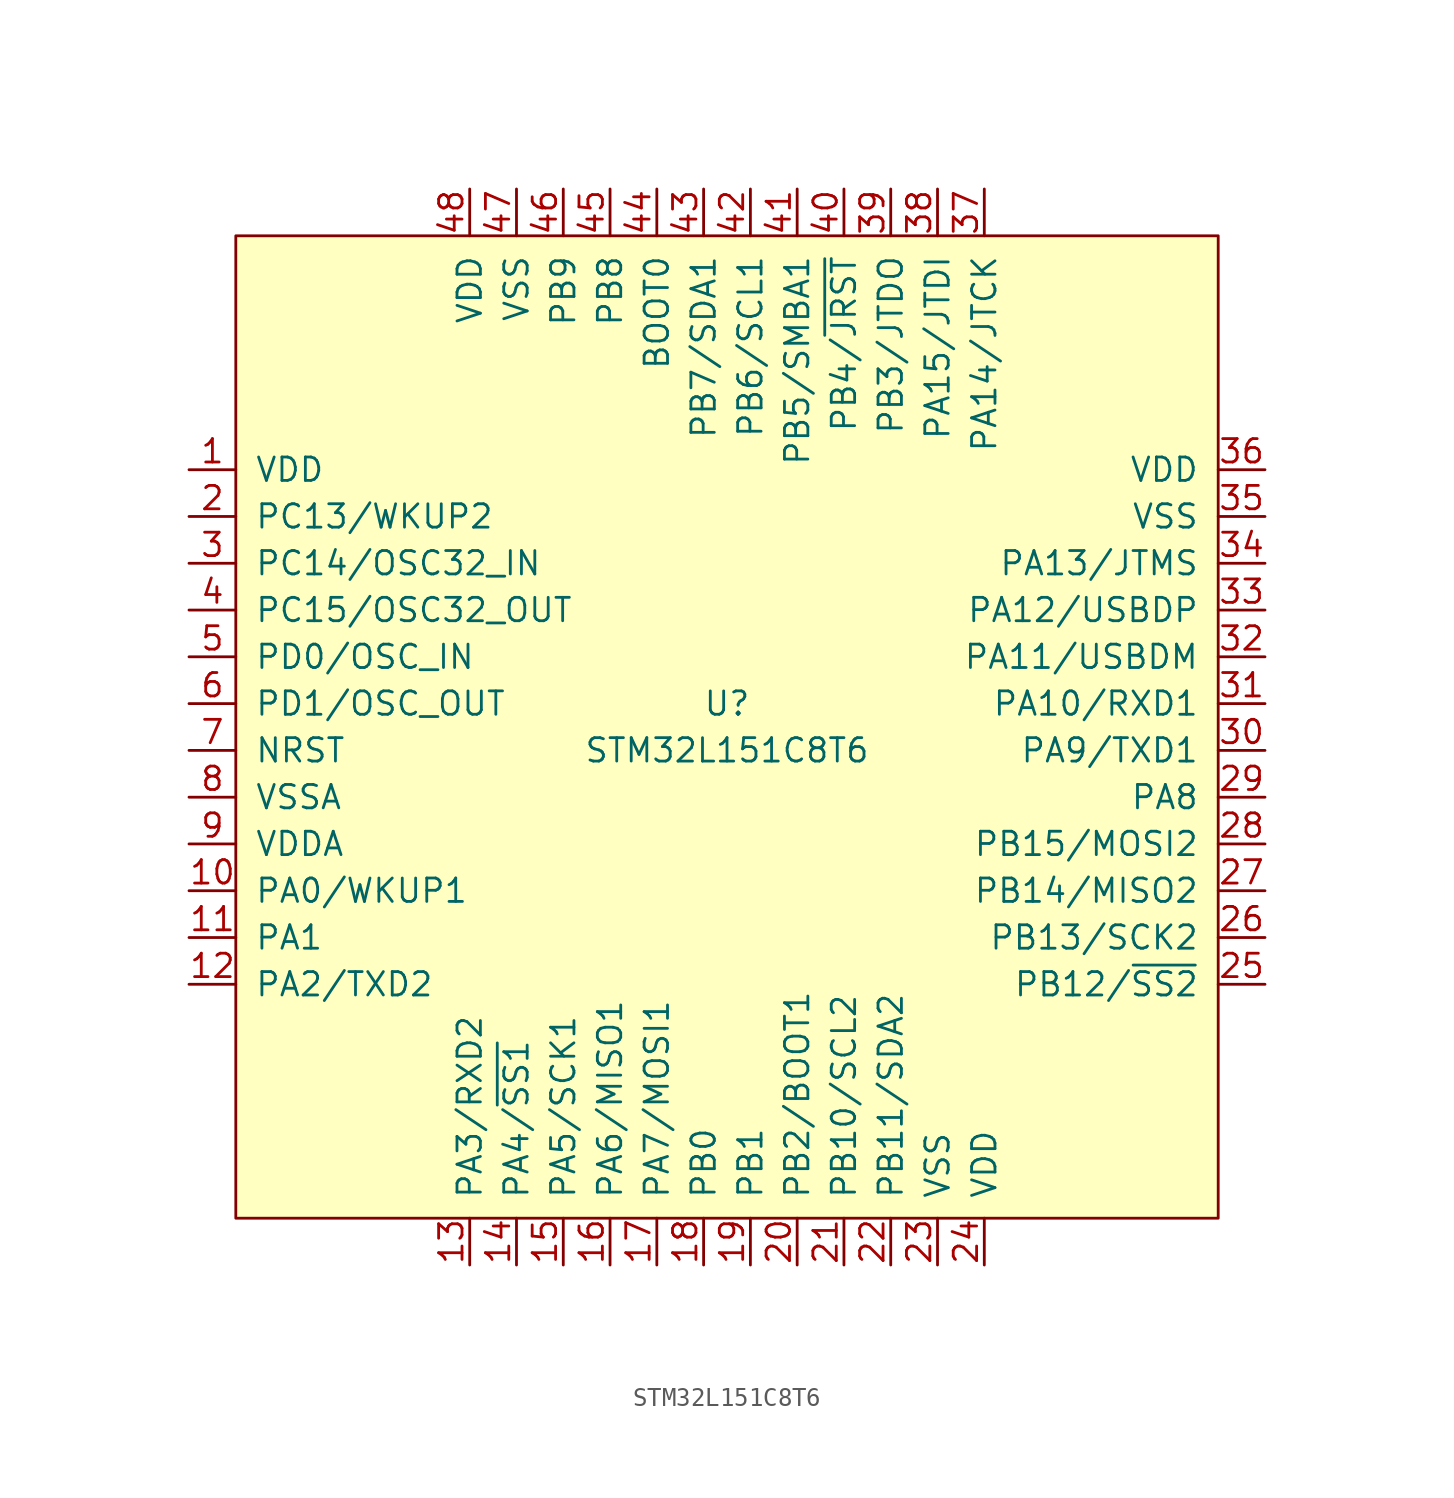
<source format=kicad_sym>
(kicad_symbol_lib
  (version 20211014)
  (generator kicad_symbol_editor)
  (symbol "STM32L151C8T6"
    (pin_names
      (offset 1.016))
    (property "Reference" "U"
      (at 0 1.27 0)
      (effects (font (size 1.27 1.27))))
    (property "Value" "STM32L151C8T6"
      (at 0 -1.27 0)
      (effects (font (size 1.27 1.27))))
    (symbol "STM32L151C8T6_0_1"
      (rectangle (start -26.67 -26.67) (end 26.67 26.67) (stroke (width 0) (type default) (color 0 0 0 0)) (fill (type background))))
    (symbol "STM32L151C8T6_1_1"
      (pin power_in line (at -29.21 13.97 0) (length 2.54) (name "VDD" (effects (font (size 1.27 1.27)))) (number "1" (effects (font (size 1.27 1.27)))))
      (pin bidirectional line (at -29.21 -8.89 0) (length 2.54) (name "PA0/WKUP1" (effects (font (size 1.27 1.27)))) (number "10" (effects (font (size 1.27 1.27)))))
      (pin bidirectional line (at -29.21 -11.43 0) (length 2.54) (name "PA1" (effects (font (size 1.27 1.27)))) (number "11" (effects (font (size 1.27 1.27)))))
      (pin bidirectional line (at -29.21 -13.97 0) (length 2.54) (name "PA2/TXD2" (effects (font (size 1.27 1.27)))) (number "12" (effects (font (size 1.27 1.27)))))
      (pin bidirectional line (at -13.97 -29.21 90) (length 2.54) (name "PA3/RXD2" (effects (font (size 1.27 1.27)))) (number "13" (effects (font (size 1.27 1.27)))))
      (pin bidirectional line (at -11.43 -29.21 90) (length 2.54) (name "PA4/~{SS1}" (effects (font (size 1.27 1.27)))) (number "14" (effects (font (size 1.27 1.27)))))
      (pin bidirectional line (at -8.89 -29.21 90) (length 2.54) (name "PA5/SCK1" (effects (font (size 1.27 1.27)))) (number "15" (effects (font (size 1.27 1.27)))))
      (pin bidirectional line (at -6.35 -29.21 90) (length 2.54) (name "PA6/MISO1" (effects (font (size 1.27 1.27)))) (number "16" (effects (font (size 1.27 1.27)))))
      (pin bidirectional line (at -3.81 -29.21 90) (length 2.54) (name "PA7/MOSI1" (effects (font (size 1.27 1.27)))) (number "17" (effects (font (size 1.27 1.27)))))
      (pin bidirectional line (at -1.27 -29.21 90) (length 2.54) (name "PB0" (effects (font (size 1.27 1.27)))) (number "18" (effects (font (size 1.27 1.27)))))
      (pin bidirectional line (at 1.27 -29.21 90) (length 2.54) (name "PB1" (effects (font (size 1.27 1.27)))) (number "19" (effects (font (size 1.27 1.27)))))
      (pin bidirectional line (at -29.21 11.43 0) (length 2.54) (name "PC13/WKUP2" (effects (font (size 1.27 1.27)))) (number "2" (effects (font (size 1.27 1.27)))))
      (pin bidirectional line (at 3.81 -29.21 90) (length 2.54) (name "PB2/BOOT1" (effects (font (size 1.27 1.27)))) (number "20" (effects (font (size 1.27 1.27)))))
      (pin bidirectional line (at 6.35 -29.21 90) (length 2.54) (name "PB10/SCL2" (effects (font (size 1.27 1.27)))) (number "21" (effects (font (size 1.27 1.27)))))
      (pin bidirectional line (at 8.89 -29.21 90) (length 2.54) (name "PB11/SDA2" (effects (font (size 1.27 1.27)))) (number "22" (effects (font (size 1.27 1.27)))))
      (pin power_in line (at 11.43 -29.21 90) (length 2.54) (name "VSS" (effects (font (size 1.27 1.27)))) (number "23" (effects (font (size 1.27 1.27)))))
      (pin power_in line (at 13.97 -29.21 90) (length 2.54) (name "VDD" (effects (font (size 1.27 1.27)))) (number "24" (effects (font (size 1.27 1.27)))))
      (pin bidirectional line (at 29.21 -13.97 180) (length 2.54) (name "PB12/~{SS2}" (effects (font (size 1.27 1.27)))) (number "25" (effects (font (size 1.27 1.27)))))
      (pin output line (at 29.21 -11.43 180) (length 2.54) (name "PB13/SCK2" (effects (font (size 1.27 1.27)))) (number "26" (effects (font (size 1.27 1.27)))))
      (pin bidirectional line (at 29.21 -8.89 180) (length 2.54) (name "PB14/MISO2" (effects (font (size 1.27 1.27)))) (number "27" (effects (font (size 1.27 1.27)))))
      (pin bidirectional line (at 29.21 -6.35 180) (length 2.54) (name "PB15/MOSI2" (effects (font (size 1.27 1.27)))) (number "28" (effects (font (size 1.27 1.27)))))
      (pin bidirectional line (at 29.21 -3.81 180) (length 2.54) (name "PA8" (effects (font (size 1.27 1.27)))) (number "29" (effects (font (size 1.27 1.27)))))
      (pin bidirectional line (at -29.21 8.89 0) (length 2.54) (name "PC14/OSC32_IN" (effects (font (size 1.27 1.27)))) (number "3" (effects (font (size 1.27 1.27)))))
      (pin bidirectional line (at 29.21 -1.27 180) (length 2.54) (name "PA9/TXD1" (effects (font (size 1.27 1.27)))) (number "30" (effects (font (size 1.27 1.27)))))
      (pin bidirectional line (at 29.21 1.27 180) (length 2.54) (name "PA10/RXD1" (effects (font (size 1.27 1.27)))) (number "31" (effects (font (size 1.27 1.27)))))
      (pin bidirectional line (at 29.21 3.81 180) (length 2.54) (name "PA11/USBDM" (effects (font (size 1.27 1.27)))) (number "32" (effects (font (size 1.27 1.27)))))
      (pin bidirectional line (at 29.21 6.35 180) (length 2.54) (name "PA12/USBDP" (effects (font (size 1.27 1.27)))) (number "33" (effects (font (size 1.27 1.27)))))
      (pin bidirectional line (at 29.21 8.89 180) (length 2.54) (name "PA13/JTMS" (effects (font (size 1.27 1.27)))) (number "34" (effects (font (size 1.27 1.27)))))
      (pin power_in line (at 29.21 11.43 180) (length 2.54) (name "VSS" (effects (font (size 1.27 1.27)))) (number "35" (effects (font (size 1.27 1.27)))))
      (pin power_in line (at 29.21 13.97 180) (length 2.54) (name "VDD" (effects (font (size 1.27 1.27)))) (number "36" (effects (font (size 1.27 1.27)))))
      (pin bidirectional line (at 13.97 29.21 270) (length 2.54) (name "PA14/JTCK" (effects (font (size 1.27 1.27)))) (number "37" (effects (font (size 1.27 1.27)))))
      (pin bidirectional line (at 11.43 29.21 270) (length 2.54) (name "PA15/JTDI" (effects (font (size 1.27 1.27)))) (number "38" (effects (font (size 1.27 1.27)))))
      (pin bidirectional line (at 8.89 29.21 270) (length 2.54) (name "PB3/JTDO" (effects (font (size 1.27 1.27)))) (number "39" (effects (font (size 1.27 1.27)))))
      (pin bidirectional line (at -29.21 6.35 0) (length 2.54) (name "PC15/OSC32_OUT" (effects (font (size 1.27 1.27)))) (number "4" (effects (font (size 1.27 1.27)))))
      (pin bidirectional line (at 6.35 29.21 270) (length 2.54) (name "PB4/~{JRST}" (effects (font (size 1.27 1.27)))) (number "40" (effects (font (size 1.27 1.27)))))
      (pin bidirectional line (at 3.81 29.21 270) (length 2.54) (name "PB5/SMBA1" (effects (font (size 1.27 1.27)))) (number "41" (effects (font (size 1.27 1.27)))))
      (pin bidirectional line (at 1.27 29.21 270) (length 2.54) (name "PB6/SCL1" (effects (font (size 1.27 1.27)))) (number "42" (effects (font (size 1.27 1.27)))))
      (pin bidirectional line (at -1.27 29.21 270) (length 2.54) (name "PB7/SDA1" (effects (font (size 1.27 1.27)))) (number "43" (effects (font (size 1.27 1.27)))))
      (pin input line (at -3.81 29.21 270) (length 2.54) (name "BOOT0" (effects (font (size 1.27 1.27)))) (number "44" (effects (font (size 1.27 1.27)))))
      (pin bidirectional line (at -6.35 29.21 270) (length 2.54) (name "PB8" (effects (font (size 1.27 1.27)))) (number "45" (effects (font (size 1.27 1.27)))))
      (pin bidirectional line (at -8.89 29.21 270) (length 2.54) (name "PB9" (effects (font (size 1.27 1.27)))) (number "46" (effects (font (size 1.27 1.27)))))
      (pin power_in line (at -11.43 29.21 270) (length 2.54) (name "VSS" (effects (font (size 1.27 1.27)))) (number "47" (effects (font (size 1.27 1.27)))))
      (pin power_in line (at -13.97 29.21 270) (length 2.54) (name "VDD" (effects (font (size 1.27 1.27)))) (number "48" (effects (font (size 1.27 1.27)))))
      (pin bidirectional line (at -29.21 3.81 0) (length 2.54) (name "PD0/OSC_IN" (effects (font (size 1.27 1.27)))) (number "5" (effects (font (size 1.27 1.27)))))
      (pin bidirectional line (at -29.21 1.27 0) (length 2.54) (name "PD1/OSC_OUT" (effects (font (size 1.27 1.27)))) (number "6" (effects (font (size 1.27 1.27)))))
      (pin input line (at -29.21 -1.27 0) (length 2.54) (name "NRST" (effects (font (size 1.27 1.27)))) (number "7" (effects (font (size 1.27 1.27)))))
      (pin power_in line (at -29.21 -3.81 0) (length 2.54) (name "VSSA" (effects (font (size 1.27 1.27)))) (number "8" (effects (font (size 1.27 1.27)))))
      (pin power_in line (at -29.21 -6.35 0) (length 2.54) (name "VDDA" (effects (font (size 1.27 1.27)))) (number "9" (effects (font (size 1.27 1.27))))))))
</source>
